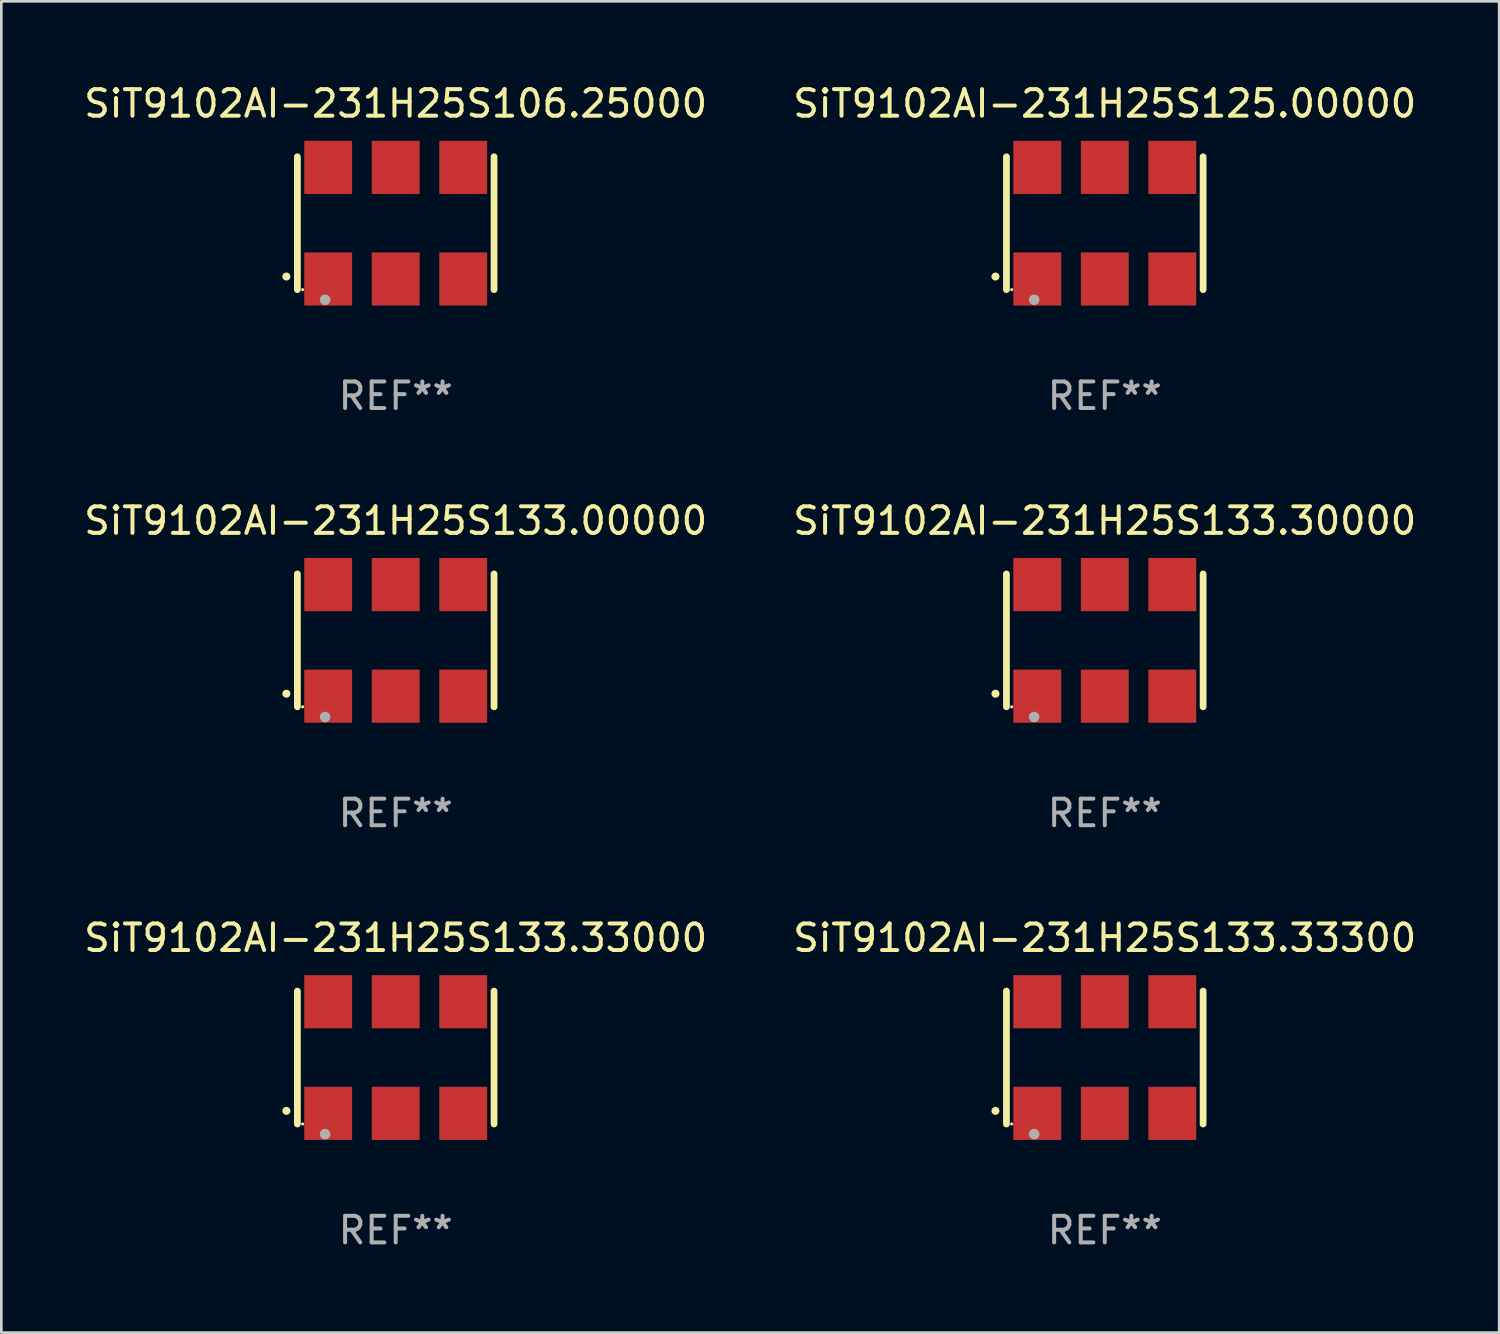
<source format=kicad_pcb>
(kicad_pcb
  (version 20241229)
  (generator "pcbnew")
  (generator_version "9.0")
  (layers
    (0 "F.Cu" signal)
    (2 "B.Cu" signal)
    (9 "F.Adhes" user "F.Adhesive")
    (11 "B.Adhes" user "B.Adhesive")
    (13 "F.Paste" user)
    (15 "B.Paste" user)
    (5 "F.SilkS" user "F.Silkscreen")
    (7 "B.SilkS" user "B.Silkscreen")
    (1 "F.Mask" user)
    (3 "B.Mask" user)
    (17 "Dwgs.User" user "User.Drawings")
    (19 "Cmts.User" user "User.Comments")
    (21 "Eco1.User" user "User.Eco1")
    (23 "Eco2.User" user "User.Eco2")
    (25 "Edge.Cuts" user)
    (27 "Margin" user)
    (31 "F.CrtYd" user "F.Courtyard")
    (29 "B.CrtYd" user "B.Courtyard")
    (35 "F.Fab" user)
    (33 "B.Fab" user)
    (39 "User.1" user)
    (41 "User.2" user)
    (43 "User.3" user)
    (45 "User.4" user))
  (footprint "SiT9102AI-231H25S133.33300"
    (layer "F.Cu")
    (at 38.518 36.741)
    (property "Reference" "SiT9102AI-231H25S133.33300" (at 0 -4.5 0) (layer "F.SilkS") (effects (font (size 1 1) (thickness 0.15))))
    (attr through_hole)
    (fp_line (start -3.7 -2.5) (end -3.7 2.5) (stroke (width 0.254) (type solid)) (layer "F.SilkS"))
    (fp_line (start 3.7 -2.5) (end 3.7 2.5) (stroke (width 0.254) (type solid)) (layer "F.SilkS"))
    (fp_arc (start -4.114415 2.006604) (mid -4.113145 2.006599) (end -4.111875 2.006604) (stroke (width 0.3) (type solid)) (layer "F.SilkS"))
    (fp_circle (center -3.502 2.5) (end -3.472 2.5) (stroke (width 0.06) (type solid)) (fill no) (layer "F.SilkS"))
    (fp_circle (center -2.657 2.882) (end -2.557 2.882) (stroke (width 0.2) (type solid)) (fill no) (layer "F.Fab"))
    (fp_text user "REF**" (at 0 6.5 0) (layer "F.Fab") (effects (font (size 1 1) (thickness 0.15))))
    (pad "1" smd rect (at -2.54 2.1) (size 1.8 2) (layers "F.Cu" "F.Mask" "F.Paste"))
    (pad "2" smd rect (at 0.000394 2.1) (size 1.8 2) (layers "F.Cu" "F.Mask" "F.Paste"))
    (pad "3" smd rect (at 2.54 2.1) (size 1.8 2) (layers "F.Cu" "F.Mask" "F.Paste"))
    (pad "4" smd rect (at 2.54 -2.1) (size 1.8 2) (layers "F.Cu" "F.Mask" "F.Paste"))
    (pad "5" smd rect (at 0.000394 -2.1) (size 1.8 2) (layers "F.Cu" "F.Mask" "F.Paste"))
    (pad "6" smd rect (at -2.54 -2.1) (size 1.8 2) (layers "F.Cu" "F.Mask" "F.Paste")))
  (footprint "SiT9102AI-231H25S133.33000"
    (layer "F.Cu")
    (at 11.839 36.741)
    (property "Reference" "SiT9102AI-231H25S133.33000" (at 0 -4.5 0) (layer "F.SilkS") (effects (font (size 1 1) (thickness 0.15))))
    (attr through_hole)
    (fp_line (start -3.7 -2.5) (end -3.7 2.5) (stroke (width 0.254) (type solid)) (layer "F.SilkS"))
    (fp_line (start 3.7 -2.5) (end 3.7 2.5) (stroke (width 0.254) (type solid)) (layer "F.SilkS"))
    (fp_arc (start -4.114415 2.006604) (mid -4.113145 2.006599) (end -4.111875 2.006604) (stroke (width 0.3) (type solid)) (layer "F.SilkS"))
    (fp_circle (center -3.502 2.5) (end -3.472 2.5) (stroke (width 0.06) (type solid)) (fill no) (layer "F.SilkS"))
    (fp_circle (center -2.657 2.882) (end -2.557 2.882) (stroke (width 0.2) (type solid)) (fill no) (layer "F.Fab"))
    (fp_text user "REF**" (at 0 6.5 0) (layer "F.Fab") (effects (font (size 1 1) (thickness 0.15))))
    (pad "1" smd rect (at -2.54 2.1) (size 1.8 2) (layers "F.Cu" "F.Mask" "F.Paste"))
    (pad "2" smd rect (at 0.000394 2.1) (size 1.8 2) (layers "F.Cu" "F.Mask" "F.Paste"))
    (pad "3" smd rect (at 2.54 2.1) (size 1.8 2) (layers "F.Cu" "F.Mask" "F.Paste"))
    (pad "4" smd rect (at 2.54 -2.1) (size 1.8 2) (layers "F.Cu" "F.Mask" "F.Paste"))
    (pad "5" smd rect (at 0.000394 -2.1) (size 1.8 2) (layers "F.Cu" "F.Mask" "F.Paste"))
    (pad "6" smd rect (at -2.54 -2.1) (size 1.8 2) (layers "F.Cu" "F.Mask" "F.Paste")))
  (footprint "SiT9102AI-231H25S133.30000"
    (layer "F.Cu")
    (at 38.518 21.045)
    (property "Reference" "SiT9102AI-231H25S133.30000" (at 0 -4.5 0) (layer "F.SilkS") (effects (font (size 1 1) (thickness 0.15))))
    (attr through_hole)
    (fp_line (start -3.7 -2.5) (end -3.7 2.5) (stroke (width 0.254) (type solid)) (layer "F.SilkS"))
    (fp_line (start 3.7 -2.5) (end 3.7 2.5) (stroke (width 0.254) (type solid)) (layer "F.SilkS"))
    (fp_arc (start -4.114415 2.006604) (mid -4.113145 2.006599) (end -4.111875 2.006604) (stroke (width 0.3) (type solid)) (layer "F.SilkS"))
    (fp_circle (center -3.502 2.5) (end -3.472 2.5) (stroke (width 0.06) (type solid)) (fill no) (layer "F.SilkS"))
    (fp_circle (center -2.657 2.882) (end -2.557 2.882) (stroke (width 0.2) (type solid)) (fill no) (layer "F.Fab"))
    (fp_text user "REF**" (at 0 6.5 0) (layer "F.Fab") (effects (font (size 1 1) (thickness 0.15))))
    (pad "1" smd rect (at -2.54 2.1) (size 1.8 2) (layers "F.Cu" "F.Mask" "F.Paste"))
    (pad "2" smd rect (at 0.000394 2.1) (size 1.8 2) (layers "F.Cu" "F.Mask" "F.Paste"))
    (pad "3" smd rect (at 2.54 2.1) (size 1.8 2) (layers "F.Cu" "F.Mask" "F.Paste"))
    (pad "4" smd rect (at 2.54 -2.1) (size 1.8 2) (layers "F.Cu" "F.Mask" "F.Paste"))
    (pad "5" smd rect (at 0.000394 -2.1) (size 1.8 2) (layers "F.Cu" "F.Mask" "F.Paste"))
    (pad "6" smd rect (at -2.54 -2.1) (size 1.8 2) (layers "F.Cu" "F.Mask" "F.Paste")))
  (footprint "SiT9102AI-231H25S125.00000"
    (layer "F.Cu")
    (at 38.518 5.348)
    (property "Reference" "SiT9102AI-231H25S125.00000" (at 0 -4.5 0) (layer "F.SilkS") (effects (font (size 1 1) (thickness 0.15))))
    (attr through_hole)
    (fp_line (start -3.7 -2.5) (end -3.7 2.5) (stroke (width 0.254) (type solid)) (layer "F.SilkS"))
    (fp_line (start 3.7 -2.5) (end 3.7 2.5) (stroke (width 0.254) (type solid)) (layer "F.SilkS"))
    (fp_arc (start -4.114415 2.006604) (mid -4.113145 2.006599) (end -4.111875 2.006604) (stroke (width 0.3) (type solid)) (layer "F.SilkS"))
    (fp_circle (center -3.502 2.5) (end -3.472 2.5) (stroke (width 0.06) (type solid)) (fill no) (layer "F.SilkS"))
    (fp_circle (center -2.657 2.882) (end -2.557 2.882) (stroke (width 0.2) (type solid)) (fill no) (layer "F.Fab"))
    (fp_text user "REF**" (at 0 6.5 0) (layer "F.Fab") (effects (font (size 1 1) (thickness 0.15))))
    (pad "1" smd rect (at -2.54 2.1) (size 1.8 2) (layers "F.Cu" "F.Mask" "F.Paste"))
    (pad "2" smd rect (at 0.000394 2.1) (size 1.8 2) (layers "F.Cu" "F.Mask" "F.Paste"))
    (pad "3" smd rect (at 2.54 2.1) (size 1.8 2) (layers "F.Cu" "F.Mask" "F.Paste"))
    (pad "4" smd rect (at 2.54 -2.1) (size 1.8 2) (layers "F.Cu" "F.Mask" "F.Paste"))
    (pad "5" smd rect (at 0.000394 -2.1) (size 1.8 2) (layers "F.Cu" "F.Mask" "F.Paste"))
    (pad "6" smd rect (at -2.54 -2.1) (size 1.8 2) (layers "F.Cu" "F.Mask" "F.Paste")))
  (footprint "SiT9102AI-231H25S133.00000"
    (layer "F.Cu")
    (at 11.839 21.045)
    (property "Reference" "SiT9102AI-231H25S133.00000" (at 0 -4.5 0) (layer "F.SilkS") (effects (font (size 1 1) (thickness 0.15))))
    (attr through_hole)
    (fp_line (start -3.7 -2.5) (end -3.7 2.5) (stroke (width 0.254) (type solid)) (layer "F.SilkS"))
    (fp_line (start 3.7 -2.5) (end 3.7 2.5) (stroke (width 0.254) (type solid)) (layer "F.SilkS"))
    (fp_arc (start -4.114415 2.006604) (mid -4.113145 2.006599) (end -4.111875 2.006604) (stroke (width 0.3) (type solid)) (layer "F.SilkS"))
    (fp_circle (center -3.502 2.5) (end -3.472 2.5) (stroke (width 0.06) (type solid)) (fill no) (layer "F.SilkS"))
    (fp_circle (center -2.657 2.882) (end -2.557 2.882) (stroke (width 0.2) (type solid)) (fill no) (layer "F.Fab"))
    (fp_text user "REF**" (at 0 6.5 0) (layer "F.Fab") (effects (font (size 1 1) (thickness 0.15))))
    (pad "1" smd rect (at -2.54 2.1) (size 1.8 2) (layers "F.Cu" "F.Mask" "F.Paste"))
    (pad "2" smd rect (at 0.000394 2.1) (size 1.8 2) (layers "F.Cu" "F.Mask" "F.Paste"))
    (pad "3" smd rect (at 2.54 2.1) (size 1.8 2) (layers "F.Cu" "F.Mask" "F.Paste"))
    (pad "4" smd rect (at 2.54 -2.1) (size 1.8 2) (layers "F.Cu" "F.Mask" "F.Paste"))
    (pad "5" smd rect (at 0.000394 -2.1) (size 1.8 2) (layers "F.Cu" "F.Mask" "F.Paste"))
    (pad "6" smd rect (at -2.54 -2.1) (size 1.8 2) (layers "F.Cu" "F.Mask" "F.Paste")))
  (footprint "SiT9102AI-231H25S106.25000"
    (layer "F.Cu")
    (at 11.839 5.348)
    (property "Reference" "SiT9102AI-231H25S106.25000" (at 0 -4.5 0) (layer "F.SilkS") (effects (font (size 1 1) (thickness 0.15))))
    (attr through_hole)
    (fp_line (start -3.7 -2.5) (end -3.7 2.5) (stroke (width 0.254) (type solid)) (layer "F.SilkS"))
    (fp_line (start 3.7 -2.5) (end 3.7 2.5) (stroke (width 0.254) (type solid)) (layer "F.SilkS"))
    (fp_arc (start -4.114415 2.006604) (mid -4.113145 2.006599) (end -4.111875 2.006604) (stroke (width 0.3) (type solid)) (layer "F.SilkS"))
    (fp_circle (center -3.502 2.5) (end -3.472 2.5) (stroke (width 0.06) (type solid)) (fill no) (layer "F.SilkS"))
    (fp_circle (center -2.657 2.882) (end -2.557 2.882) (stroke (width 0.2) (type solid)) (fill no) (layer "F.Fab"))
    (fp_text user "REF**" (at 0 6.5 0) (layer "F.Fab") (effects (font (size 1 1) (thickness 0.15))))
    (pad "1" smd rect (at -2.54 2.1) (size 1.8 2) (layers "F.Cu" "F.Mask" "F.Paste"))
    (pad "2" smd rect (at 0.000394 2.1) (size 1.8 2) (layers "F.Cu" "F.Mask" "F.Paste"))
    (pad "3" smd rect (at 2.54 2.1) (size 1.8 2) (layers "F.Cu" "F.Mask" "F.Paste"))
    (pad "4" smd rect (at 2.54 -2.1) (size 1.8 2) (layers "F.Cu" "F.Mask" "F.Paste"))
    (pad "5" smd rect (at 0.000394 -2.1) (size 1.8 2) (layers "F.Cu" "F.Mask" "F.Paste"))
    (pad "6" smd rect (at -2.54 -2.1) (size 1.8 2) (layers "F.Cu" "F.Mask" "F.Paste")))
  (gr_rect
    (start -3 -3)
    (end 53.357 47.09)
    (stroke (width 0.1) (type default))
    (fill no)
    (layer "Edge.Cuts")))
</source>
